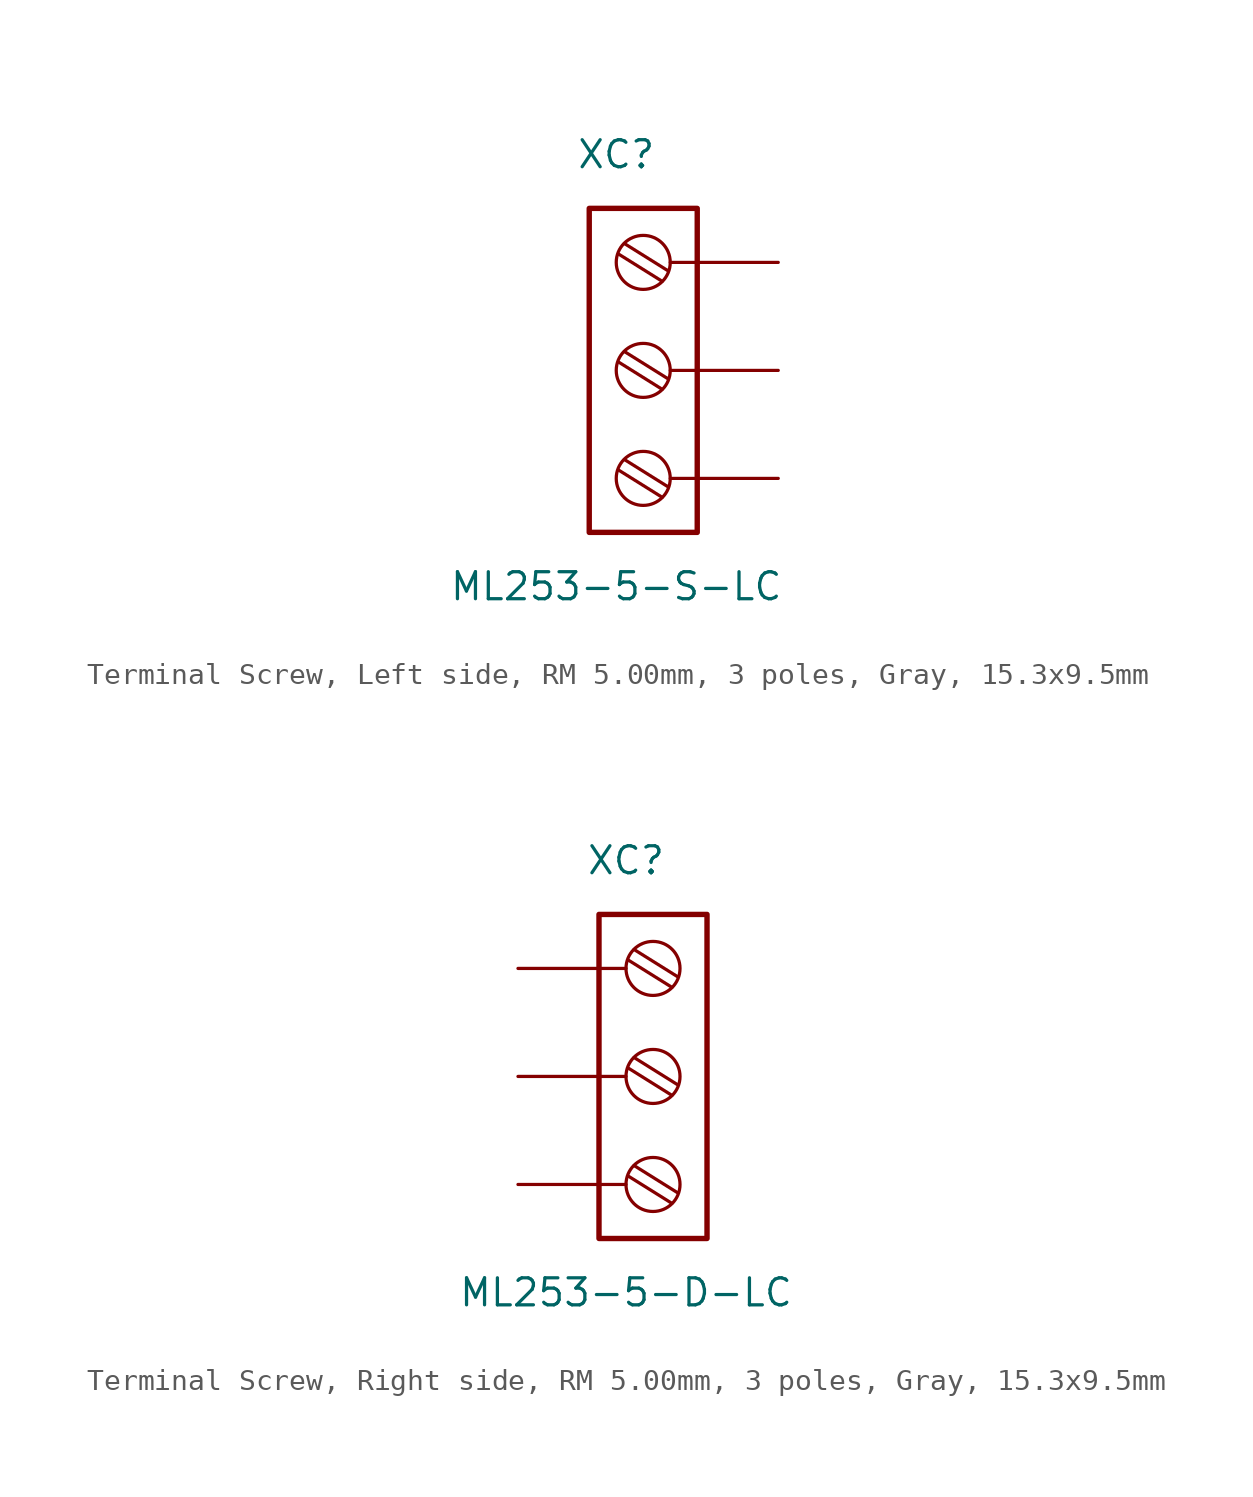
<source format=kicad_sym>
(kicad_symbol_lib
  (version 20241209)
  (generator "kicad_symbol_editor")
  (generator_version "9.0")
  (symbol "Terminal Screw, Left side, RM 5.00mm, 3 poles, Gray, 15.3x9.5mm"
    (pin_numbers
      (hide yes))
    (pin_names
      (offset 1.016)
      (hide yes))
    (property "Reference" "XC"
      (at 0 10.16 0)
      (effects (font (size 1.27 1.27))))
    (property "Value" "ML253-5-S-LC"
      (at 0 -10.16 0)
      (effects (font (size 1.27 1.27))))
    (symbol "Terminal Screw, Left side, RM 5.00mm, 3 poles, Gray, 15.3x9.5mm_0_1"
      (polyline (pts (xy 0.127 5.461) (xy 2.159 4.191)) (stroke (width 0) (type default)) (fill (type none)))
      (polyline (pts (xy 0.127 0.381) (xy 2.159 -0.889)) (stroke (width 0) (type default)) (fill (type none)))
      (polyline (pts (xy 0.127 -4.699) (xy 2.159 -5.969)) (stroke (width 0) (type default)) (fill (type none)))
      (polyline (pts (xy 0.381 5.969) (xy 2.413 4.699)) (stroke (width 0) (type default)) (fill (type none)))
      (polyline (pts (xy 0.381 0.889) (xy 2.413 -0.381)) (stroke (width 0) (type default)) (fill (type none)))
      (polyline (pts (xy 0.381 -4.191) (xy 2.413 -5.461)) (stroke (width 0) (type default)) (fill (type none)))
      (circle (center 1.27 5.08) (radius 1.27) (stroke (width 0) (type default)) (fill (type none)))
      (circle (center 1.27 0) (radius 1.27) (stroke (width 0) (type default)) (fill (type none)))
      (circle (center 1.27 -5.08) (radius 1.27) (stroke (width 0) (type default)) (fill (type none))))
    (symbol "Terminal Screw, Left side, RM 5.00mm, 3 poles, Gray, 15.3x9.5mm_1_1"
      (rectangle (start -1.27 7.62) (end 3.81 -7.62) (stroke (width 0.254) (type default)) (fill (type none)))
      (pin passive line (at 7.62 5.08 180) (length 5.08) (name "1" (effects (font (size 1.27 1.27)))) (number "1" (effects (font (size 1.27 1.27)))))
      (pin passive line (at 7.62 0 180) (length 5.08) (name "2" (effects (font (size 1.27 1.27)))) (number "2" (effects (font (size 1.27 1.27)))))
      (pin passive line (at 7.62 -5.08 180) (length 5.08) (name "3" (effects (font (size 1.27 1.27)))) (number "3" (effects (font (size 1.27 1.27)))))))
  (symbol "Terminal Screw, Right side, RM 5.00mm, 3 poles, Gray, 15.3x9.5mm"
    (pin_numbers
      (hide yes))
    (pin_names
      (offset 1.016)
      (hide yes))
    (property "Reference" "XC"
      (at 0 10.16 0)
      (effects (font (size 1.27 1.27))))
    (property "Value" "ML253-5-D-LC"
      (at 0 -10.16 0)
      (effects (font (size 1.27 1.27))))
    (symbol "Terminal Screw, Right side, RM 5.00mm, 3 poles, Gray, 15.3x9.5mm_0_1"
      (polyline (pts (xy 0.127 5.461) (xy 2.159 4.191)) (stroke (width 0) (type default)) (fill (type none)))
      (polyline (pts (xy 0.127 0.381) (xy 2.159 -0.889)) (stroke (width 0) (type default)) (fill (type none)))
      (polyline (pts (xy 0.127 -4.699) (xy 2.159 -5.969)) (stroke (width 0) (type default)) (fill (type none)))
      (polyline (pts (xy 0.381 5.969) (xy 2.413 4.699)) (stroke (width 0) (type default)) (fill (type none)))
      (polyline (pts (xy 0.381 0.889) (xy 2.413 -0.381)) (stroke (width 0) (type default)) (fill (type none)))
      (polyline (pts (xy 0.381 -4.191) (xy 2.413 -5.461)) (stroke (width 0) (type default)) (fill (type none)))
      (circle (center 1.27 5.08) (radius 1.27) (stroke (width 0) (type default)) (fill (type none)))
      (circle (center 1.27 0) (radius 1.27) (stroke (width 0) (type default)) (fill (type none)))
      (circle (center 1.27 -5.08) (radius 1.27) (stroke (width 0) (type default)) (fill (type none))))
    (symbol "Terminal Screw, Right side, RM 5.00mm, 3 poles, Gray, 15.3x9.5mm_1_1"
      (rectangle (start -1.27 7.62) (end 3.81 -7.62) (stroke (width 0.254) (type default)) (fill (type none)))
      (pin passive line (at -5.08 5.08 0) (length 5.08) (name "1" (effects (font (size 1.27 1.27)))) (number "1" (effects (font (size 1.27 1.27)))))
      (pin passive line (at -5.08 0 0) (length 5.08) (name "2" (effects (font (size 1.27 1.27)))) (number "2" (effects (font (size 1.27 1.27)))))
      (pin passive line (at -5.08 -5.08 0) (length 5.08) (name "3" (effects (font (size 1.27 1.27)))) (number "3" (effects (font (size 1.27 1.27))))))))
</source>
